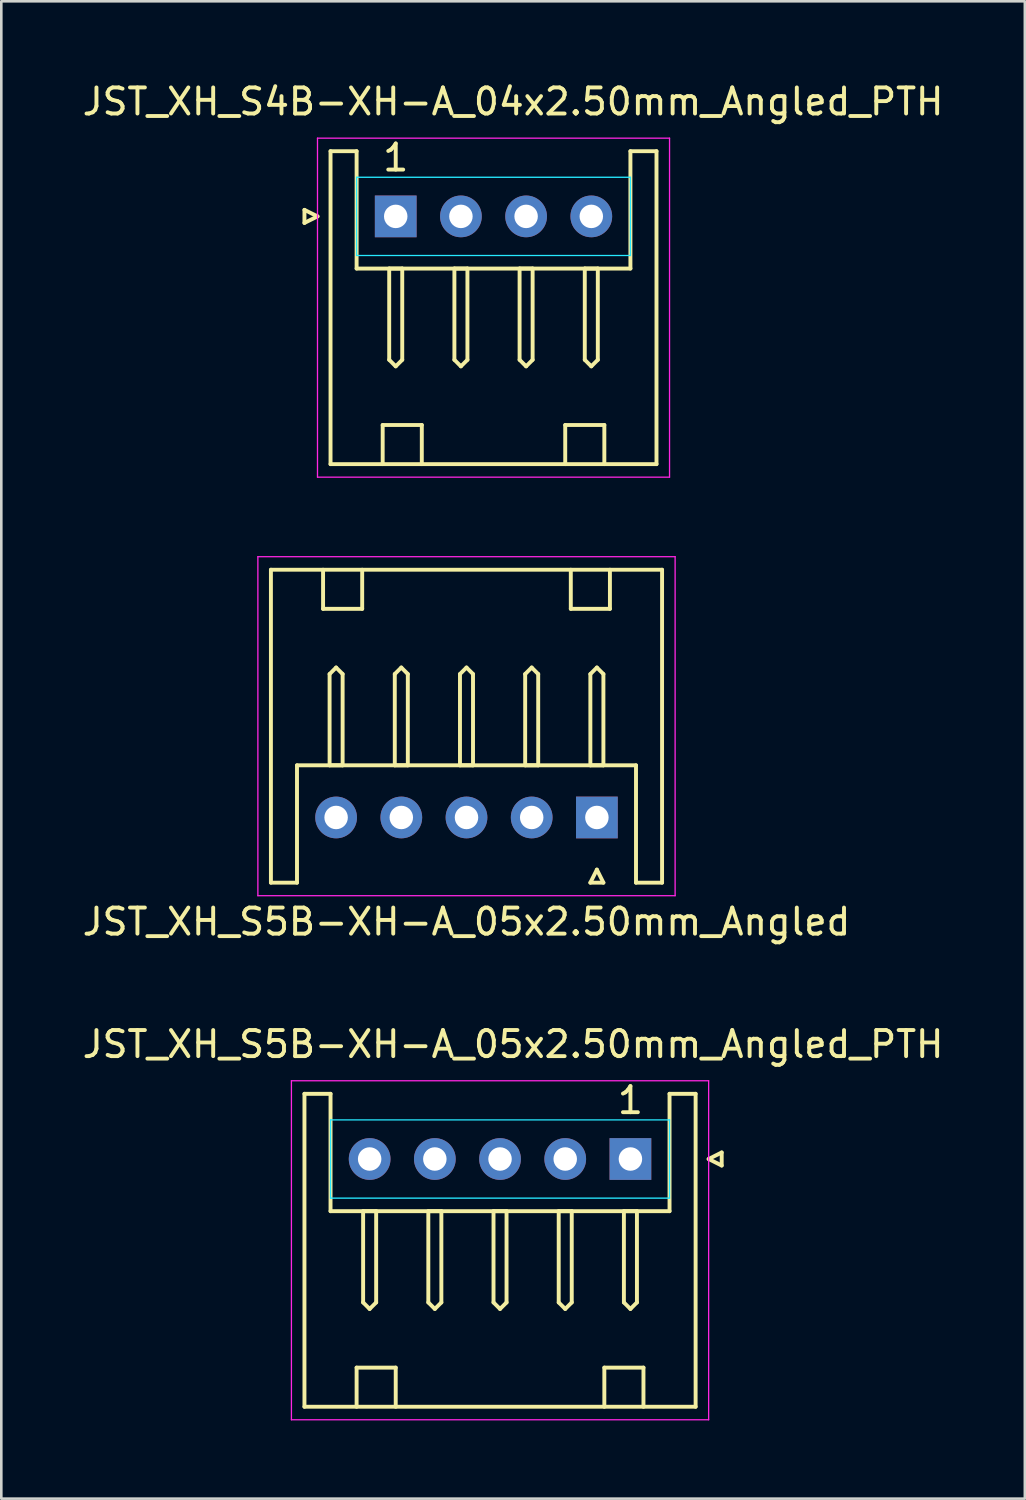
<source format=kicad_pcb>
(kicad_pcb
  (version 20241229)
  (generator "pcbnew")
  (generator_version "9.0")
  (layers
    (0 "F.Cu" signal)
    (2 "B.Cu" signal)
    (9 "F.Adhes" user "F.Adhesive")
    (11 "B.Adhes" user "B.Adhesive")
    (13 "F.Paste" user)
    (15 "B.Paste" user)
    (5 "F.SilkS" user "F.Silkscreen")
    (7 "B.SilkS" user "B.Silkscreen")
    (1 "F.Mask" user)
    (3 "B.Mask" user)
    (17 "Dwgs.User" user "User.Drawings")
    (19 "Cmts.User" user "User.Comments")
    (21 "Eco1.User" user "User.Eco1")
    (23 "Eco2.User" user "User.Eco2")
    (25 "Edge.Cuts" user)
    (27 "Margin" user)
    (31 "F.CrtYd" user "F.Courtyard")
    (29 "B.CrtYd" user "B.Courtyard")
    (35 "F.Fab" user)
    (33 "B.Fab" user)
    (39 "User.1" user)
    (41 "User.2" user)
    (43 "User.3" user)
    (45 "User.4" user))
  (footprint "JST_XH_S5B-XH-A_05x2.50mm_Angled"
    (layer "F.Cu")
    (at 19.839 28.298)
    (property "Reference" "JST_XH_S5B-XH-A_05x2.50mm_Angled" (at -5 4 180) (layer "F.SilkS") (effects (font (size 1 1) (thickness 0.15))))
    (attr through_hole)
    (fp_line (start -12.5 -9.5) (end -12.5 2.5) (stroke (width 0.15) (type solid)) (layer "F.SilkS"))
    (fp_line (start -12.5 -9.5) (end 2.5 -9.5) (stroke (width 0.15) (type solid)) (layer "F.SilkS"))
    (fp_line (start -11.5 -2) (end -11.5 2.5) (stroke (width 0.15) (type solid)) (layer "F.SilkS"))
    (fp_line (start -11.5 -2) (end 1.5 -2) (stroke (width 0.15) (type solid)) (layer "F.SilkS"))
    (fp_line (start -11.5 2.5) (end -12.5 2.5) (stroke (width 0.15) (type solid)) (layer "F.SilkS"))
    (fp_line (start -10.5 -9.5) (end -10.5 -8) (stroke (width 0.15) (type solid)) (layer "F.SilkS"))
    (fp_line (start -10.5 -8) (end -9 -8) (stroke (width 0.15) (type solid)) (layer "F.SilkS"))
    (fp_line (start -10.25 -5.5) (end -10.25 -2) (stroke (width 0.15) (type solid)) (layer "F.SilkS"))
    (fp_line (start -10.25 -2) (end -9.75 -2) (stroke (width 0.15) (type solid)) (layer "F.SilkS"))
    (fp_line (start -10 -5.75) (end -10.25 -5.5) (stroke (width 0.15) (type solid)) (layer "F.SilkS"))
    (fp_line (start -9.75 -5.5) (end -10 -5.75) (stroke (width 0.15) (type solid)) (layer "F.SilkS"))
    (fp_line (start -9.75 -2) (end -9.75 -5.5) (stroke (width 0.15) (type solid)) (layer "F.SilkS"))
    (fp_line (start -9 -8) (end -9 -9.5) (stroke (width 0.15) (type solid)) (layer "F.SilkS"))
    (fp_line (start -7.75 -5.5) (end -7.75 -2) (stroke (width 0.15) (type solid)) (layer "F.SilkS"))
    (fp_line (start -7.75 -2) (end -7.25 -2) (stroke (width 0.15) (type solid)) (layer "F.SilkS"))
    (fp_line (start -7.5 -5.75) (end -7.75 -5.5) (stroke (width 0.15) (type solid)) (layer "F.SilkS"))
    (fp_line (start -7.25 -5.5) (end -7.5 -5.75) (stroke (width 0.15) (type solid)) (layer "F.SilkS"))
    (fp_line (start -7.25 -2) (end -7.25 -5.5) (stroke (width 0.15) (type solid)) (layer "F.SilkS"))
    (fp_line (start -5.25 -5.5) (end -5.25 -2) (stroke (width 0.15) (type solid)) (layer "F.SilkS"))
    (fp_line (start -5.25 -2) (end -4.75 -2) (stroke (width 0.15) (type solid)) (layer "F.SilkS"))
    (fp_line (start -5 -5.75) (end -5.25 -5.5) (stroke (width 0.15) (type solid)) (layer "F.SilkS"))
    (fp_line (start -4.75 -5.5) (end -5 -5.75) (stroke (width 0.15) (type solid)) (layer "F.SilkS"))
    (fp_line (start -4.75 -2) (end -4.75 -5.5) (stroke (width 0.15) (type solid)) (layer "F.SilkS"))
    (fp_line (start -2.75 -5.5) (end -2.75 -2) (stroke (width 0.15) (type solid)) (layer "F.SilkS"))
    (fp_line (start -2.75 -2) (end -2.25 -2) (stroke (width 0.15) (type solid)) (layer "F.SilkS"))
    (fp_line (start -2.5 -5.75) (end -2.75 -5.5) (stroke (width 0.15) (type solid)) (layer "F.SilkS"))
    (fp_line (start -2.25 -5.5) (end -2.5 -5.75) (stroke (width 0.15) (type solid)) (layer "F.SilkS"))
    (fp_line (start -2.25 -2) (end -2.25 -5.5) (stroke (width 0.15) (type solid)) (layer "F.SilkS"))
    (fp_line (start -1 -8) (end -1 -9.5) (stroke (width 0.15) (type solid)) (layer "F.SilkS"))
    (fp_line (start -0.25 -5.5) (end -0.25 -2) (stroke (width 0.15) (type solid)) (layer "F.SilkS"))
    (fp_line (start -0.25 -2) (end 0.25 -2) (stroke (width 0.15) (type solid)) (layer "F.SilkS"))
    (fp_line (start -0.25 2.5) (end 0 2) (stroke (width 0.15) (type solid)) (layer "F.SilkS"))
    (fp_line (start 0 -5.75) (end -0.25 -5.5) (stroke (width 0.15) (type solid)) (layer "F.SilkS"))
    (fp_line (start 0 2) (end 0.25 2.5) (stroke (width 0.15) (type solid)) (layer "F.SilkS"))
    (fp_line (start 0.25 -5.5) (end 0 -5.75) (stroke (width 0.15) (type solid)) (layer "F.SilkS"))
    (fp_line (start 0.25 -2) (end 0.25 -5.5) (stroke (width 0.15) (type solid)) (layer "F.SilkS"))
    (fp_line (start 0.25 2.5) (end -0.25 2.5) (stroke (width 0.15) (type solid)) (layer "F.SilkS"))
    (fp_line (start 0.5 -9.5) (end 0.5 -8) (stroke (width 0.15) (type solid)) (layer "F.SilkS"))
    (fp_line (start 0.5 -8) (end -1 -8) (stroke (width 0.15) (type solid)) (layer "F.SilkS"))
    (fp_line (start 1.5 2.5) (end 1.5 -2) (stroke (width 0.15) (type solid)) (layer "F.SilkS"))
    (fp_line (start 1.5 2.5) (end 2.5 2.5) (stroke (width 0.15) (type solid)) (layer "F.SilkS"))
    (fp_line (start 2.5 2.5) (end 2.5 -9.5) (stroke (width 0.15) (type solid)) (layer "F.SilkS"))
    (fp_line (start -13 -10) (end 3 -10) (stroke (width 0.05) (type solid)) (layer "F.CrtYd"))
    (fp_line (start -13 3) (end -13 -10) (stroke (width 0.05) (type solid)) (layer "F.CrtYd"))
    (fp_line (start 3 -10) (end 3 3) (stroke (width 0.05) (type solid)) (layer "F.CrtYd"))
    (fp_line (start 3 3) (end -13 3) (stroke (width 0.05) (type solid)) (layer "F.CrtYd"))
    (pad "1" thru_hole rect (at 0 0) (size 1.6 1.6) (drill 0.9) (layers "*.Cu" "*.Mask"))
    (pad "2" thru_hole circle (at -2.5 0) (size 1.6 1.6) (drill 0.9) (layers "*.Cu" "*.Mask"))
    (pad "3" thru_hole circle (at -5 0) (size 1.6 1.6) (drill 0.9) (layers "*.Cu" "*.Mask"))
    (pad "4" thru_hole circle (at -7.5 0) (size 1.6 1.6) (drill 0.9) (layers "*.Cu" "*.Mask"))
    (pad "5" thru_hole circle (at -10 0) (size 1.6 1.6) (drill 0.9) (layers "*.Cu" "*.Mask")))
  (footprint "JST_XH_S5B-XH-A_05x2.50mm_Angled_PTH"
    (layer "F.Cu")
    (at 21.125 41.395)
    (property "Reference" "JST_XH_S5B-XH-A_05x2.50mm_Angled_PTH" (at -4.5 -4.4 0) (layer "F.SilkS") (effects (font (size 1 1) (thickness 0.15))))
    (attr through_hole)
    (fp_line (start -12.5 -2.5) (end -12.5 9.5) (stroke (width 0.15) (type solid)) (layer "F.SilkS"))
    (fp_line (start -11.5 -2.5) (end -12.5 -2.5) (stroke (width 0.15) (type solid)) (layer "F.SilkS"))
    (fp_line (start -11.5 -2.5) (end -11.5 2) (stroke (width 0.15) (type solid)) (layer "F.SilkS"))
    (fp_line (start -10.5 8) (end -9 8) (stroke (width 0.15) (type solid)) (layer "F.SilkS"))
    (fp_line (start -10.5 9.5) (end -10.5 8) (stroke (width 0.15) (type solid)) (layer "F.SilkS"))
    (fp_line (start -10.25 2) (end -10.25 5.5) (stroke (width 0.15) (type solid)) (layer "F.SilkS"))
    (fp_line (start -10.25 5.5) (end -10 5.75) (stroke (width 0.15) (type solid)) (layer "F.SilkS"))
    (fp_line (start -10 5.75) (end -9.75 5.5) (stroke (width 0.15) (type solid)) (layer "F.SilkS"))
    (fp_line (start -9.75 2) (end -10.25 2) (stroke (width 0.15) (type solid)) (layer "F.SilkS"))
    (fp_line (start -9.75 5.5) (end -9.75 2) (stroke (width 0.15) (type solid)) (layer "F.SilkS"))
    (fp_line (start -9 8) (end -9 9.5) (stroke (width 0.15) (type solid)) (layer "F.SilkS"))
    (fp_line (start -7.75 2) (end -7.75 5.5) (stroke (width 0.15) (type solid)) (layer "F.SilkS"))
    (fp_line (start -7.75 5.5) (end -7.5 5.75) (stroke (width 0.15) (type solid)) (layer "F.SilkS"))
    (fp_line (start -7.5 5.75) (end -7.25 5.5) (stroke (width 0.15) (type solid)) (layer "F.SilkS"))
    (fp_line (start -7.25 2) (end -7.75 2) (stroke (width 0.15) (type solid)) (layer "F.SilkS"))
    (fp_line (start -7.25 5.5) (end -7.25 2) (stroke (width 0.15) (type solid)) (layer "F.SilkS"))
    (fp_line (start -5.25 2) (end -5.25 5.5) (stroke (width 0.15) (type solid)) (layer "F.SilkS"))
    (fp_line (start -5.25 5.5) (end -5 5.75) (stroke (width 0.15) (type solid)) (layer "F.SilkS"))
    (fp_line (start -5 5.75) (end -4.75 5.5) (stroke (width 0.15) (type solid)) (layer "F.SilkS"))
    (fp_line (start -4.75 2) (end -5.25 2) (stroke (width 0.15) (type solid)) (layer "F.SilkS"))
    (fp_line (start -4.75 5.5) (end -4.75 2) (stroke (width 0.15) (type solid)) (layer "F.SilkS"))
    (fp_line (start -2.75 2) (end -2.75 5.5) (stroke (width 0.15) (type solid)) (layer "F.SilkS"))
    (fp_line (start -2.75 5.5) (end -2.5 5.75) (stroke (width 0.15) (type solid)) (layer "F.SilkS"))
    (fp_line (start -2.5 5.75) (end -2.25 5.5) (stroke (width 0.15) (type solid)) (layer "F.SilkS"))
    (fp_line (start -2.25 2) (end -2.75 2) (stroke (width 0.15) (type solid)) (layer "F.SilkS"))
    (fp_line (start -2.25 5.5) (end -2.25 2) (stroke (width 0.15) (type solid)) (layer "F.SilkS"))
    (fp_line (start -1 8) (end -1 9.5) (stroke (width 0.15) (type solid)) (layer "F.SilkS"))
    (fp_line (start -0.25 2) (end -0.25 5.5) (stroke (width 0.15) (type solid)) (layer "F.SilkS"))
    (fp_line (start -0.25 5.5) (end 0 5.75) (stroke (width 0.15) (type solid)) (layer "F.SilkS"))
    (fp_line (start 0 5.75) (end 0.25 5.5) (stroke (width 0.15) (type solid)) (layer "F.SilkS"))
    (fp_line (start 0.25 2) (end -0.25 2) (stroke (width 0.15) (type solid)) (layer "F.SilkS"))
    (fp_line (start 0.25 5.5) (end 0.25 2) (stroke (width 0.15) (type solid)) (layer "F.SilkS"))
    (fp_line (start 0.5 8) (end -1 8) (stroke (width 0.15) (type solid)) (layer "F.SilkS"))
    (fp_line (start 0.5 9.5) (end 0.5 8) (stroke (width 0.15) (type solid)) (layer "F.SilkS"))
    (fp_line (start 1.5 -2.5) (end 2.5 -2.5) (stroke (width 0.15) (type solid)) (layer "F.SilkS"))
    (fp_line (start 1.5 2) (end -11.5 2) (stroke (width 0.15) (type solid)) (layer "F.SilkS"))
    (fp_line (start 1.5 2) (end 1.5 -2.5) (stroke (width 0.15) (type solid)) (layer "F.SilkS"))
    (fp_line (start 2.5 9.5) (end -12.5 9.5) (stroke (width 0.15) (type solid)) (layer "F.SilkS"))
    (fp_line (start 2.5 9.5) (end 2.5 -2.5) (stroke (width 0.15) (type solid)) (layer "F.SilkS"))
    (fp_line (start 3 0) (end 3.5 -0.25) (stroke (width 0.15) (type solid)) (layer "F.SilkS"))
    (fp_line (start 3.5 -0.25) (end 3.5 0.25) (stroke (width 0.15) (type solid)) (layer "F.SilkS"))
    (fp_line (start 3.5 0.25) (end 3 0) (stroke (width 0.15) (type solid)) (layer "F.SilkS"))
    (fp_line (start -11.5 -1.5) (end 1.5 -1.5) (stroke (width 0.05) (type solid)) (layer "B.CrtYd"))
    (fp_line (start -11.5 1.5) (end -11.5 -1.5) (stroke (width 0.05) (type solid)) (layer "B.CrtYd"))
    (fp_line (start 1.5 -1.5) (end 1.5 1.5) (stroke (width 0.05) (type solid)) (layer "B.CrtYd"))
    (fp_line (start 1.5 1.5) (end -11.5 1.5) (stroke (width 0.05) (type solid)) (layer "B.CrtYd"))
    (fp_line (start -13 -3) (end 3 -3) (stroke (width 0.05) (type solid)) (layer "F.CrtYd"))
    (fp_line (start -13 10) (end -13 -3) (stroke (width 0.05) (type solid)) (layer "F.CrtYd"))
    (fp_line (start 3 -3) (end 3 10) (stroke (width 0.05) (type solid)) (layer "F.CrtYd"))
    (fp_line (start 3 10) (end -13 10) (stroke (width 0.05) (type solid)) (layer "F.CrtYd"))
    (fp_text user "1" (at 0 -2.25 0) (layer "F.SilkS") (effects (font (size 1 1) (thickness 0.15))))
    (pad "1" thru_hole rect (at 0 0) (size 1.6 1.6) (drill 0.9) (layers "*.Cu" "*.Mask"))
    (pad "2" thru_hole circle (at -2.5 0) (size 1.6 1.6) (drill 0.9) (layers "*.Cu" "*.Mask"))
    (pad "3" thru_hole circle (at -5 0) (size 1.6 1.6) (drill 0.9) (layers "*.Cu" "*.Mask"))
    (pad "4" thru_hole circle (at -7.5 0) (size 1.6 1.6) (drill 0.9) (layers "*.Cu" "*.Mask"))
    (pad "5" thru_hole circle (at -10 0) (size 1.6 1.6) (drill 0.9) (layers "*.Cu" "*.Mask")))
  (footprint "JST_XH_S4B-XH-A_04x2.50mm_Angled_PTH"
    (layer "F.Cu")
    (at 12.125 5.248)
    (property "Reference" "JST_XH_S4B-XH-A_04x2.50mm_Angled_PTH" (at 4.5 -4.4 0) (layer "F.SilkS") (effects (font (size 1 1) (thickness 0.15))))
    (attr through_hole)
    (fp_line (start -3.5 -0.25) (end -3 0) (stroke (width 0.15) (type solid)) (layer "F.SilkS"))
    (fp_line (start -3.5 0.25) (end -3.5 -0.25) (stroke (width 0.15) (type solid)) (layer "F.SilkS"))
    (fp_line (start -3 0) (end -3.5 0.25) (stroke (width 0.15) (type solid)) (layer "F.SilkS"))
    (fp_line (start -2.5 -2.5) (end -2.5 9.5) (stroke (width 0.15) (type solid)) (layer "F.SilkS"))
    (fp_line (start -1.5 -2.5) (end -2.5 -2.5) (stroke (width 0.15) (type solid)) (layer "F.SilkS"))
    (fp_line (start -1.5 -2.5) (end -1.5 2) (stroke (width 0.15) (type solid)) (layer "F.SilkS"))
    (fp_line (start -0.5 8) (end 1 8) (stroke (width 0.15) (type solid)) (layer "F.SilkS"))
    (fp_line (start -0.5 9.5) (end -0.5 8) (stroke (width 0.15) (type solid)) (layer "F.SilkS"))
    (fp_line (start -0.25 2) (end -0.25 5.5) (stroke (width 0.15) (type solid)) (layer "F.SilkS"))
    (fp_line (start -0.25 5.5) (end 0 5.75) (stroke (width 0.15) (type solid)) (layer "F.SilkS"))
    (fp_line (start 0 5.75) (end 0.25 5.5) (stroke (width 0.15) (type solid)) (layer "F.SilkS"))
    (fp_line (start 0.25 2) (end -0.25 2) (stroke (width 0.15) (type solid)) (layer "F.SilkS"))
    (fp_line (start 0.25 5.5) (end 0.25 2) (stroke (width 0.15) (type solid)) (layer "F.SilkS"))
    (fp_line (start 1 8) (end 1 9.5) (stroke (width 0.15) (type solid)) (layer "F.SilkS"))
    (fp_line (start 2.25 2) (end 2.25 5.5) (stroke (width 0.15) (type solid)) (layer "F.SilkS"))
    (fp_line (start 2.25 5.5) (end 2.5 5.75) (stroke (width 0.15) (type solid)) (layer "F.SilkS"))
    (fp_line (start 2.5 5.75) (end 2.75 5.5) (stroke (width 0.15) (type solid)) (layer "F.SilkS"))
    (fp_line (start 2.75 2) (end 2.25 2) (stroke (width 0.15) (type solid)) (layer "F.SilkS"))
    (fp_line (start 2.75 5.5) (end 2.75 2) (stroke (width 0.15) (type solid)) (layer "F.SilkS"))
    (fp_line (start 4.75 2) (end 4.75 5.5) (stroke (width 0.15) (type solid)) (layer "F.SilkS"))
    (fp_line (start 4.75 5.5) (end 5 5.75) (stroke (width 0.15) (type solid)) (layer "F.SilkS"))
    (fp_line (start 5 5.75) (end 5.25 5.5) (stroke (width 0.15) (type solid)) (layer "F.SilkS"))
    (fp_line (start 5.25 2) (end 4.75 2) (stroke (width 0.15) (type solid)) (layer "F.SilkS"))
    (fp_line (start 5.25 5.5) (end 5.25 2) (stroke (width 0.15) (type solid)) (layer "F.SilkS"))
    (fp_line (start 6.5 8) (end 6.5 9.5) (stroke (width 0.15) (type solid)) (layer "F.SilkS"))
    (fp_line (start 7.25 2) (end 7.25 5.5) (stroke (width 0.15) (type solid)) (layer "F.SilkS"))
    (fp_line (start 7.25 5.5) (end 7.5 5.75) (stroke (width 0.15) (type solid)) (layer "F.SilkS"))
    (fp_line (start 7.5 5.75) (end 7.75 5.5) (stroke (width 0.15) (type solid)) (layer "F.SilkS"))
    (fp_line (start 7.75 2) (end 7.25 2) (stroke (width 0.15) (type solid)) (layer "F.SilkS"))
    (fp_line (start 7.75 5.5) (end 7.75 2) (stroke (width 0.15) (type solid)) (layer "F.SilkS"))
    (fp_line (start 8 8) (end 6.5 8) (stroke (width 0.15) (type solid)) (layer "F.SilkS"))
    (fp_line (start 8 9.5) (end 8 8) (stroke (width 0.15) (type solid)) (layer "F.SilkS"))
    (fp_line (start 9 -2.5) (end 10 -2.5) (stroke (width 0.15) (type solid)) (layer "F.SilkS"))
    (fp_line (start 9 2) (end -1.5 2) (stroke (width 0.15) (type solid)) (layer "F.SilkS"))
    (fp_line (start 9 2) (end 9 -2.5) (stroke (width 0.15) (type solid)) (layer "F.SilkS"))
    (fp_line (start 10 9.5) (end -2.5 9.5) (stroke (width 0.15) (type solid)) (layer "F.SilkS"))
    (fp_line (start 10 9.5) (end 10 -2.5) (stroke (width 0.15) (type solid)) (layer "F.SilkS"))
    (fp_line (start -1.5 -1.5) (end 9 -1.5) (stroke (width 0.05) (type solid)) (layer "B.CrtYd"))
    (fp_line (start -1.5 1.5) (end -1.5 -1.5) (stroke (width 0.05) (type solid)) (layer "B.CrtYd"))
    (fp_line (start 9 -1.5) (end 9 1.5) (stroke (width 0.05) (type solid)) (layer "B.CrtYd"))
    (fp_line (start 9 1.5) (end -1.5 1.5) (stroke (width 0.05) (type solid)) (layer "B.CrtYd"))
    (fp_line (start -3 -3) (end 10.5 -3) (stroke (width 0.05) (type solid)) (layer "F.CrtYd"))
    (fp_line (start -3 10) (end -3 -3) (stroke (width 0.05) (type solid)) (layer "F.CrtYd"))
    (fp_line (start 10.5 -3) (end 10.5 10) (stroke (width 0.05) (type solid)) (layer "F.CrtYd"))
    (fp_line (start 10.5 10) (end -3 10) (stroke (width 0.05) (type solid)) (layer "F.CrtYd"))
    (fp_text user "1" (at 0 -2.25 0) (layer "F.SilkS") (effects (font (size 1 1) (thickness 0.15))))
    (pad "1" thru_hole rect (at 0 0 180) (size 1.6 1.6) (drill 0.9) (layers "*.Cu" "*.Mask"))
    (pad "2" thru_hole circle (at 2.5 0 180) (size 1.6 1.6) (drill 0.9) (layers "*.Cu" "*.Mask"))
    (pad "3" thru_hole circle (at 5 0 180) (size 1.6 1.6) (drill 0.9) (layers "*.Cu" "*.Mask"))
    (pad "4" thru_hole circle (at 7.5 0 180) (size 1.6 1.6) (drill 0.9) (layers "*.Cu" "*.Mask")))
  (gr_rect
    (start -3 -3)
    (end 36.25 54.42)
    (stroke (width 0.1) (type default))
    (fill no)
    (layer "Edge.Cuts")))
</source>
